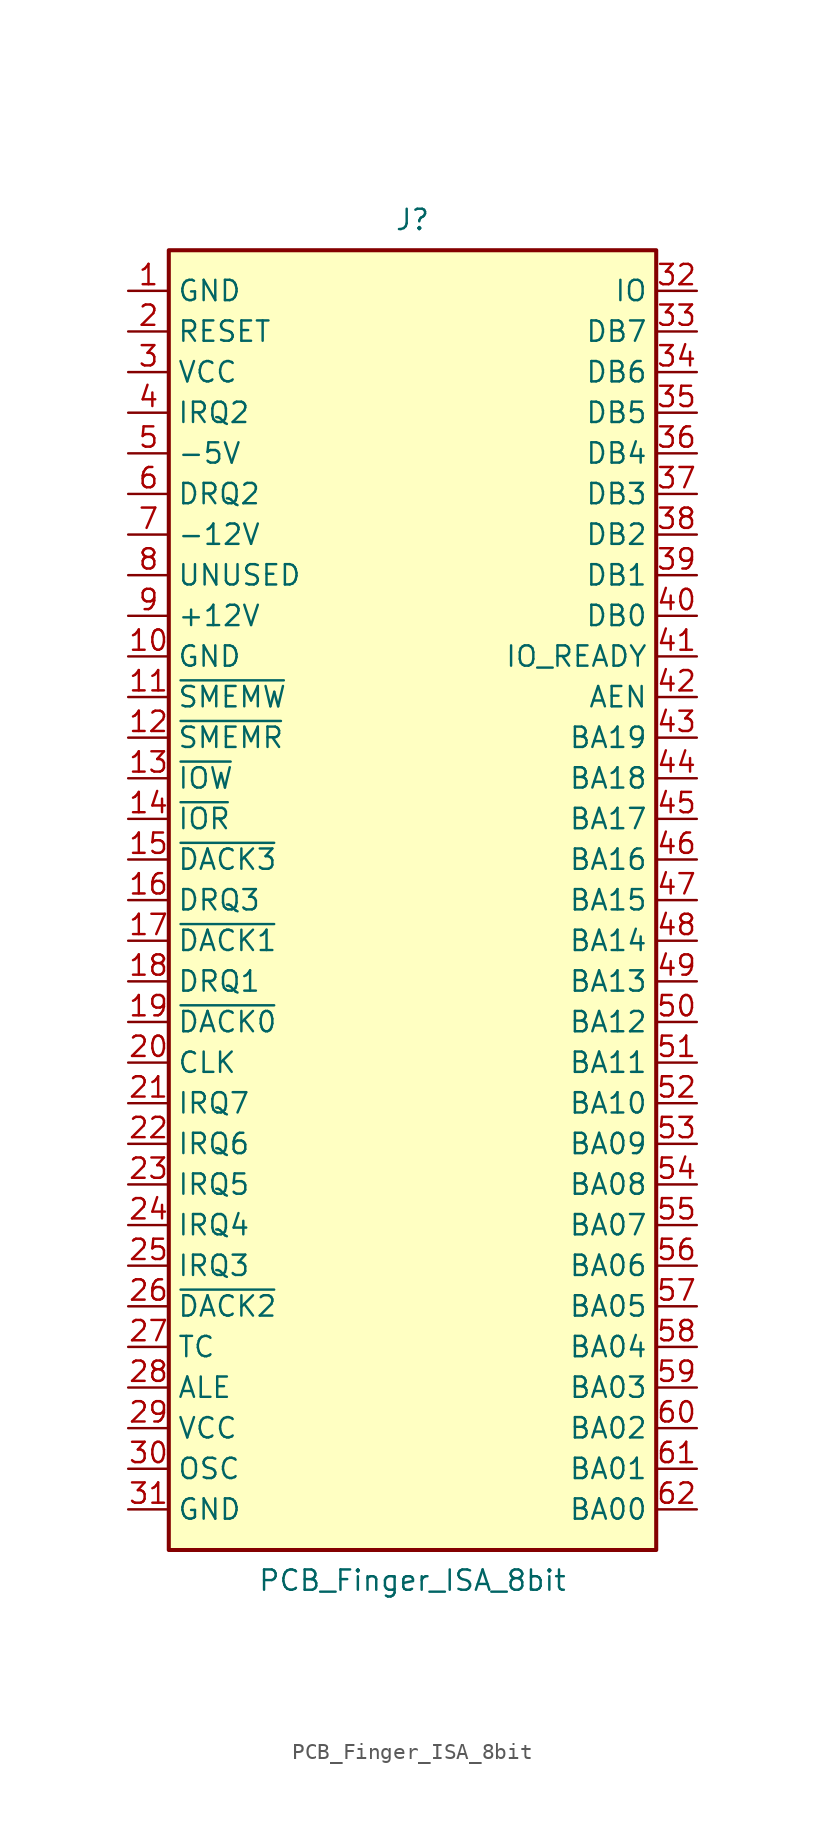
<source format=kicad_sym>
(kicad_symbol_lib
  (version 20211014)
  (generator kicad_symbol_editor)
  (symbol "PCB_Finger_ISA_8bit"
    (property "Reference" "J"
      (at 0 42.545 0)
      (effects (font (size 1.27 1.27))))
    (property "Value" "PCB_Finger_ISA_8bit"
      (at 0 -42.545 0)
      (effects (font (size 1.27 1.27))))
    (symbol "PCB_Finger_ISA_8bit_0_1"
      (rectangle (start -15.24 -40.64) (end 15.24 40.64) (stroke (width 0.254) (type default) (color 0 0 0 0)) (fill (type background))))
    (symbol "PCB_Finger_ISA_8bit_1_1"
      (pin power_out line (at -17.78 38.1 0) (length 2.54) (name "GND" (effects (font (size 1.27 1.27)))) (number "1" (effects (font (size 1.27 1.27)))))
      (pin power_out line (at -17.78 15.24 0) (length 2.54) (name "GND" (effects (font (size 1.27 1.27)))) (number "10" (effects (font (size 1.27 1.27)))))
      (pin output line (at -17.78 12.7 0) (length 2.54) (name "~{SMEMW}" (effects (font (size 1.27 1.27)))) (number "11" (effects (font (size 1.27 1.27)))))
      (pin output line (at -17.78 10.16 0) (length 2.54) (name "~{SMEMR}" (effects (font (size 1.27 1.27)))) (number "12" (effects (font (size 1.27 1.27)))))
      (pin output line (at -17.78 7.62 0) (length 2.54) (name "~{IOW}" (effects (font (size 1.27 1.27)))) (number "13" (effects (font (size 1.27 1.27)))))
      (pin output line (at -17.78 5.08 0) (length 2.54) (name "~{IOR}" (effects (font (size 1.27 1.27)))) (number "14" (effects (font (size 1.27 1.27)))))
      (pin passive line (at -17.78 2.54 0) (length 2.54) (name "~{DACK3}" (effects (font (size 1.27 1.27)))) (number "15" (effects (font (size 1.27 1.27)))))
      (pin passive line (at -17.78 0 0) (length 2.54) (name "DRQ3" (effects (font (size 1.27 1.27)))) (number "16" (effects (font (size 1.27 1.27)))))
      (pin passive line (at -17.78 -2.54 0) (length 2.54) (name "~{DACK1}" (effects (font (size 1.27 1.27)))) (number "17" (effects (font (size 1.27 1.27)))))
      (pin passive line (at -17.78 -5.08 0) (length 2.54) (name "DRQ1" (effects (font (size 1.27 1.27)))) (number "18" (effects (font (size 1.27 1.27)))))
      (pin passive line (at -17.78 -7.62 0) (length 2.54) (name "~{DACK0}" (effects (font (size 1.27 1.27)))) (number "19" (effects (font (size 1.27 1.27)))))
      (pin output line (at -17.78 35.56 0) (length 2.54) (name "RESET" (effects (font (size 1.27 1.27)))) (number "2" (effects (font (size 1.27 1.27)))))
      (pin input line (at -17.78 -10.16 0) (length 2.54) (name "CLK" (effects (font (size 1.27 1.27)))) (number "20" (effects (font (size 1.27 1.27)))))
      (pin passive line (at -17.78 -12.7 0) (length 2.54) (name "IRQ7" (effects (font (size 1.27 1.27)))) (number "21" (effects (font (size 1.27 1.27)))))
      (pin passive line (at -17.78 -15.24 0) (length 2.54) (name "IRQ6" (effects (font (size 1.27 1.27)))) (number "22" (effects (font (size 1.27 1.27)))))
      (pin passive line (at -17.78 -17.78 0) (length 2.54) (name "IRQ5" (effects (font (size 1.27 1.27)))) (number "23" (effects (font (size 1.27 1.27)))))
      (pin passive line (at -17.78 -20.32 0) (length 2.54) (name "IRQ4" (effects (font (size 1.27 1.27)))) (number "24" (effects (font (size 1.27 1.27)))))
      (pin passive line (at -17.78 -22.86 0) (length 2.54) (name "IRQ3" (effects (font (size 1.27 1.27)))) (number "25" (effects (font (size 1.27 1.27)))))
      (pin passive line (at -17.78 -25.4 0) (length 2.54) (name "~{DACK2}" (effects (font (size 1.27 1.27)))) (number "26" (effects (font (size 1.27 1.27)))))
      (pin passive line (at -17.78 -27.94 0) (length 2.54) (name "TC" (effects (font (size 1.27 1.27)))) (number "27" (effects (font (size 1.27 1.27)))))
      (pin output line (at -17.78 -30.48 0) (length 2.54) (name "ALE" (effects (font (size 1.27 1.27)))) (number "28" (effects (font (size 1.27 1.27)))))
      (pin power_out line (at -17.78 -33.02 0) (length 2.54) (name "VCC" (effects (font (size 1.27 1.27)))) (number "29" (effects (font (size 1.27 1.27)))))
      (pin power_out line (at -17.78 33.02 0) (length 2.54) (name "VCC" (effects (font (size 1.27 1.27)))) (number "3" (effects (font (size 1.27 1.27)))))
      (pin output line (at -17.78 -35.56 0) (length 2.54) (name "OSC" (effects (font (size 1.27 1.27)))) (number "30" (effects (font (size 1.27 1.27)))))
      (pin power_out line (at -17.78 -38.1 0) (length 2.54) (name "GND" (effects (font (size 1.27 1.27)))) (number "31" (effects (font (size 1.27 1.27)))))
      (pin passive line (at 17.78 38.1 180) (length 2.54) (name "IO" (effects (font (size 1.27 1.27)))) (number "32" (effects (font (size 1.27 1.27)))))
      (pin tri_state line (at 17.78 35.56 180) (length 2.54) (name "DB7" (effects (font (size 1.27 1.27)))) (number "33" (effects (font (size 1.27 1.27)))))
      (pin tri_state line (at 17.78 33.02 180) (length 2.54) (name "DB6" (effects (font (size 1.27 1.27)))) (number "34" (effects (font (size 1.27 1.27)))))
      (pin tri_state line (at 17.78 30.48 180) (length 2.54) (name "DB5" (effects (font (size 1.27 1.27)))) (number "35" (effects (font (size 1.27 1.27)))))
      (pin tri_state line (at 17.78 27.94 180) (length 2.54) (name "DB4" (effects (font (size 1.27 1.27)))) (number "36" (effects (font (size 1.27 1.27)))))
      (pin tri_state line (at 17.78 25.4 180) (length 2.54) (name "DB3" (effects (font (size 1.27 1.27)))) (number "37" (effects (font (size 1.27 1.27)))))
      (pin tri_state line (at 17.78 22.86 180) (length 2.54) (name "DB2" (effects (font (size 1.27 1.27)))) (number "38" (effects (font (size 1.27 1.27)))))
      (pin tri_state line (at 17.78 20.32 180) (length 2.54) (name "DB1" (effects (font (size 1.27 1.27)))) (number "39" (effects (font (size 1.27 1.27)))))
      (pin passive line (at -17.78 30.48 0) (length 2.54) (name "IRQ2" (effects (font (size 1.27 1.27)))) (number "4" (effects (font (size 1.27 1.27)))))
      (pin tri_state line (at 17.78 17.78 180) (length 2.54) (name "DB0" (effects (font (size 1.27 1.27)))) (number "40" (effects (font (size 1.27 1.27)))))
      (pin passive line (at 17.78 15.24 180) (length 2.54) (name "IO_READY" (effects (font (size 1.27 1.27)))) (number "41" (effects (font (size 1.27 1.27)))))
      (pin output line (at 17.78 12.7 180) (length 2.54) (name "AEN" (effects (font (size 1.27 1.27)))) (number "42" (effects (font (size 1.27 1.27)))))
      (pin tri_state line (at 17.78 10.16 180) (length 2.54) (name "BA19" (effects (font (size 1.27 1.27)))) (number "43" (effects (font (size 1.27 1.27)))))
      (pin tri_state line (at 17.78 7.62 180) (length 2.54) (name "BA18" (effects (font (size 1.27 1.27)))) (number "44" (effects (font (size 1.27 1.27)))))
      (pin tri_state line (at 17.78 5.08 180) (length 2.54) (name "BA17" (effects (font (size 1.27 1.27)))) (number "45" (effects (font (size 1.27 1.27)))))
      (pin tri_state line (at 17.78 2.54 180) (length 2.54) (name "BA16" (effects (font (size 1.27 1.27)))) (number "46" (effects (font (size 1.27 1.27)))))
      (pin tri_state line (at 17.78 0 180) (length 2.54) (name "BA15" (effects (font (size 1.27 1.27)))) (number "47" (effects (font (size 1.27 1.27)))))
      (pin tri_state line (at 17.78 -2.54 180) (length 2.54) (name "BA14" (effects (font (size 1.27 1.27)))) (number "48" (effects (font (size 1.27 1.27)))))
      (pin tri_state line (at 17.78 -5.08 180) (length 2.54) (name "BA13" (effects (font (size 1.27 1.27)))) (number "49" (effects (font (size 1.27 1.27)))))
      (pin power_out line (at -17.78 27.94 0) (length 2.54) (name "-5V" (effects (font (size 1.27 1.27)))) (number "5" (effects (font (size 1.27 1.27)))))
      (pin tri_state line (at 17.78 -7.62 180) (length 2.54) (name "BA12" (effects (font (size 1.27 1.27)))) (number "50" (effects (font (size 1.27 1.27)))))
      (pin tri_state line (at 17.78 -10.16 180) (length 2.54) (name "BA11" (effects (font (size 1.27 1.27)))) (number "51" (effects (font (size 1.27 1.27)))))
      (pin tri_state line (at 17.78 -12.7 180) (length 2.54) (name "BA10" (effects (font (size 1.27 1.27)))) (number "52" (effects (font (size 1.27 1.27)))))
      (pin tri_state line (at 17.78 -15.24 180) (length 2.54) (name "BA09" (effects (font (size 1.27 1.27)))) (number "53" (effects (font (size 1.27 1.27)))))
      (pin tri_state line (at 17.78 -17.78 180) (length 2.54) (name "BA08" (effects (font (size 1.27 1.27)))) (number "54" (effects (font (size 1.27 1.27)))))
      (pin tri_state line (at 17.78 -20.32 180) (length 2.54) (name "BA07" (effects (font (size 1.27 1.27)))) (number "55" (effects (font (size 1.27 1.27)))))
      (pin tri_state line (at 17.78 -22.86 180) (length 2.54) (name "BA06" (effects (font (size 1.27 1.27)))) (number "56" (effects (font (size 1.27 1.27)))))
      (pin tri_state line (at 17.78 -25.4 180) (length 2.54) (name "BA05" (effects (font (size 1.27 1.27)))) (number "57" (effects (font (size 1.27 1.27)))))
      (pin tri_state line (at 17.78 -27.94 180) (length 2.54) (name "BA04" (effects (font (size 1.27 1.27)))) (number "58" (effects (font (size 1.27 1.27)))))
      (pin tri_state line (at 17.78 -30.48 180) (length 2.54) (name "BA03" (effects (font (size 1.27 1.27)))) (number "59" (effects (font (size 1.27 1.27)))))
      (pin passive line (at -17.78 25.4 0) (length 2.54) (name "DRQ2" (effects (font (size 1.27 1.27)))) (number "6" (effects (font (size 1.27 1.27)))))
      (pin tri_state line (at 17.78 -33.02 180) (length 2.54) (name "BA02" (effects (font (size 1.27 1.27)))) (number "60" (effects (font (size 1.27 1.27)))))
      (pin tri_state line (at 17.78 -35.56 180) (length 2.54) (name "BA01" (effects (font (size 1.27 1.27)))) (number "61" (effects (font (size 1.27 1.27)))))
      (pin tri_state line (at 17.78 -38.1 180) (length 2.54) (name "BA00" (effects (font (size 1.27 1.27)))) (number "62" (effects (font (size 1.27 1.27)))))
      (pin power_out line (at -17.78 22.86 0) (length 2.54) (name "-12V" (effects (font (size 1.27 1.27)))) (number "7" (effects (font (size 1.27 1.27)))))
      (pin passive line (at -17.78 20.32 0) (length 2.54) (name "UNUSED" (effects (font (size 1.27 1.27)))) (number "8" (effects (font (size 1.27 1.27)))))
      (pin power_out line (at -17.78 17.78 0) (length 2.54) (name "+12V" (effects (font (size 1.27 1.27)))) (number "9" (effects (font (size 1.27 1.27))))))))
</source>
